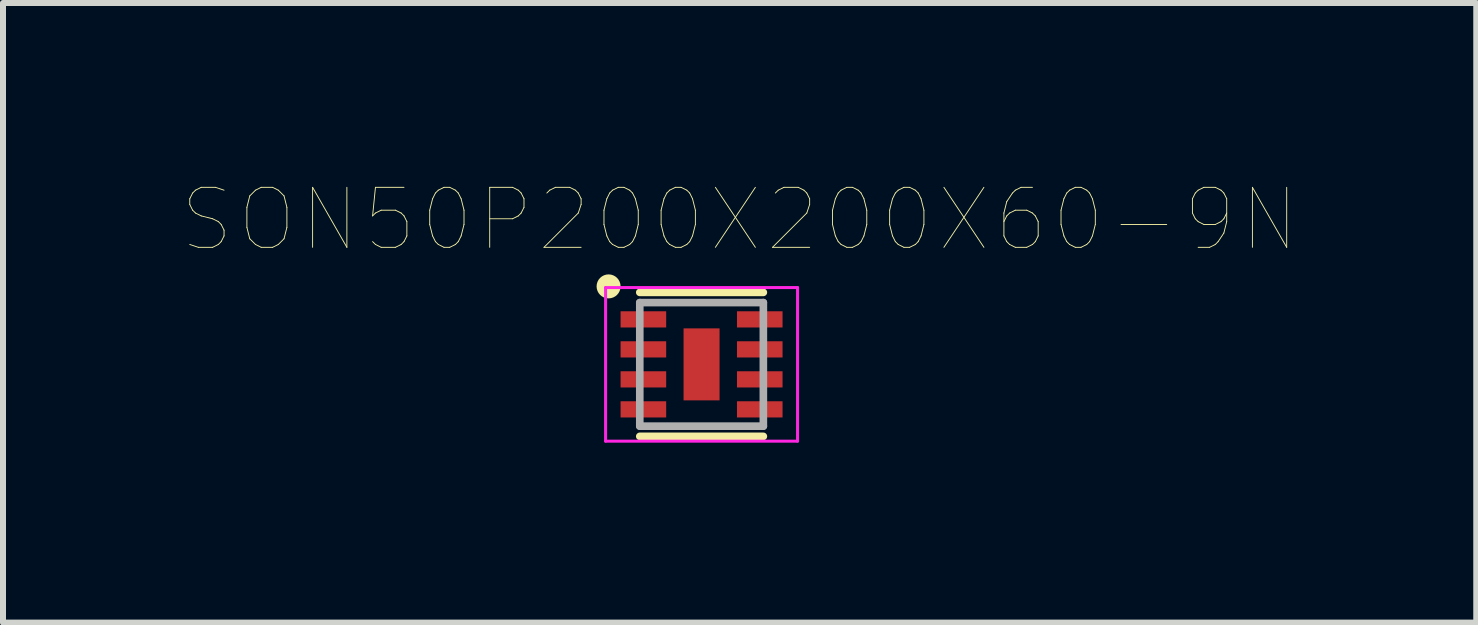
<source format=kicad_pcb>
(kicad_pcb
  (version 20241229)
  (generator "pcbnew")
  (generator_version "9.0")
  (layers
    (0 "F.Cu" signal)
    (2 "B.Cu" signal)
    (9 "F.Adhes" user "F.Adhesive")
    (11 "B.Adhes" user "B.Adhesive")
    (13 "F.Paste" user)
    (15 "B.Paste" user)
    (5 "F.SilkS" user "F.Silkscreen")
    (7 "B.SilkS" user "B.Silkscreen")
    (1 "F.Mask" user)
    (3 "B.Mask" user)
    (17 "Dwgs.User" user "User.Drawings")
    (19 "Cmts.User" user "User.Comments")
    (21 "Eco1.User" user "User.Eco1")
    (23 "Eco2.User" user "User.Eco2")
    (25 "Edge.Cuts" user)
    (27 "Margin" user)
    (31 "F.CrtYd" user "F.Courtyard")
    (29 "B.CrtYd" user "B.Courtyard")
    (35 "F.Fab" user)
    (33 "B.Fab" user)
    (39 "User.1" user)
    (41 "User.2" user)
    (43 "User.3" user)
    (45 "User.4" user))
  (footprint "SON50P200X200X60-9N"
    (layer "F.Cu")
    (at 8.645 3.024)
    (property "Reference" "SON50P200X200X60-9N" (at 0.635 -2.413 0) (layer "F.SilkS") (effects (font (size 1 1) (thickness 0.015))))
    (attr through_hole)
    (fp_line (start -1.03 -1.2) (end 1.03 -1.2) (stroke (width 0.127) (type solid)) (layer "F.SilkS"))
    (fp_line (start 1.03 1.2) (end -1.03 1.2) (stroke (width 0.127) (type solid)) (layer "F.SilkS"))
    (fp_circle (center -1.55 -1.3) (end -1.45 -1.3) (stroke (width 0.2) (type solid)) (fill no) (layer "F.SilkS"))
    (fp_poly (pts (xy -0.185 -0.485) (xy 0.185 -0.485) (xy 0.185 0.485) (xy -0.185 0.485)) (stroke (width 0.01) (type solid)) (fill yes) (layer "F.Paste"))
    (fp_line (start -1.6 -1.28) (end 1.6 -1.28) (stroke (width 0.05) (type solid)) (layer "F.CrtYd"))
    (fp_line (start -1.6 1.28) (end -1.6 -1.28) (stroke (width 0.05) (type solid)) (layer "F.CrtYd"))
    (fp_line (start 1.6 -1.28) (end 1.6 1.28) (stroke (width 0.05) (type solid)) (layer "F.CrtYd"))
    (fp_line (start 1.6 1.28) (end -1.6 1.28) (stroke (width 0.05) (type solid)) (layer "F.CrtYd"))
    (fp_line (start -1.03 -1.03) (end 1.03 -1.03) (stroke (width 0.127) (type solid)) (layer "F.Fab"))
    (fp_line (start -1.03 1.03) (end -1.03 -1.03) (stroke (width 0.127) (type solid)) (layer "F.Fab"))
    (fp_line (start 1.03 -1.03) (end 1.03 1.03) (stroke (width 0.127) (type solid)) (layer "F.Fab"))
    (fp_line (start 1.03 1.03) (end -1.03 1.03) (stroke (width 0.127) (type solid)) (layer "F.Fab"))
    (pad "1" smd rect (at -0.97 -0.75) (size 0.76 0.27) (layers "F.Cu" "F.Mask" "F.Paste"))
    (pad "2" smd rect (at -0.97 -0.25) (size 0.76 0.27) (layers "F.Cu" "F.Mask" "F.Paste"))
    (pad "3" smd rect (at -0.97 0.25) (size 0.76 0.27) (layers "F.Cu" "F.Mask" "F.Paste"))
    (pad "4" smd rect (at -0.97 0.75) (size 0.76 0.27) (layers "F.Cu" "F.Mask" "F.Paste"))
    (pad "5" smd rect (at 0.97 0.75) (size 0.76 0.27) (layers "F.Cu" "F.Mask" "F.Paste"))
    (pad "6" smd rect (at 0.97 0.25) (size 0.76 0.27) (layers "F.Cu" "F.Mask" "F.Paste"))
    (pad "7" smd rect (at 0.97 -0.25) (size 0.76 0.27) (layers "F.Cu" "F.Mask" "F.Paste"))
    (pad "8" smd rect (at 0.97 -0.75) (size 0.76 0.27) (layers "F.Cu" "F.Mask" "F.Paste"))
    (pad "9" smd rect (at 0 0) (size 0.6 1.2) (layers "F.Cu" "F.Mask")))
  (gr_rect
    (start -3 -3)
    (end 21.559 7.329)
    (stroke (width 0.1) (type default))
    (fill no)
    (layer "Edge.Cuts")))
</source>
